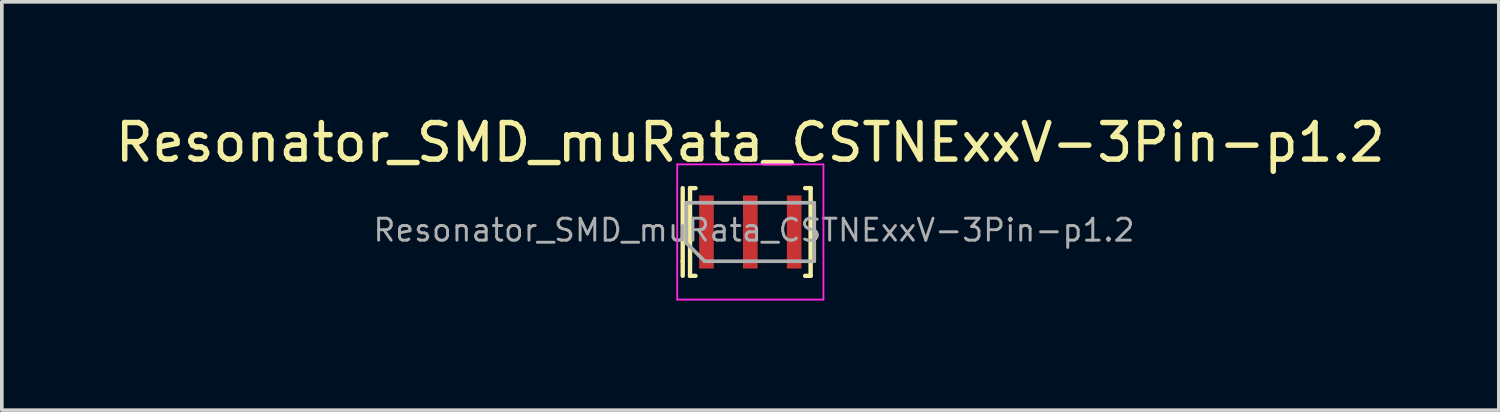
<source format=kicad_pcb>
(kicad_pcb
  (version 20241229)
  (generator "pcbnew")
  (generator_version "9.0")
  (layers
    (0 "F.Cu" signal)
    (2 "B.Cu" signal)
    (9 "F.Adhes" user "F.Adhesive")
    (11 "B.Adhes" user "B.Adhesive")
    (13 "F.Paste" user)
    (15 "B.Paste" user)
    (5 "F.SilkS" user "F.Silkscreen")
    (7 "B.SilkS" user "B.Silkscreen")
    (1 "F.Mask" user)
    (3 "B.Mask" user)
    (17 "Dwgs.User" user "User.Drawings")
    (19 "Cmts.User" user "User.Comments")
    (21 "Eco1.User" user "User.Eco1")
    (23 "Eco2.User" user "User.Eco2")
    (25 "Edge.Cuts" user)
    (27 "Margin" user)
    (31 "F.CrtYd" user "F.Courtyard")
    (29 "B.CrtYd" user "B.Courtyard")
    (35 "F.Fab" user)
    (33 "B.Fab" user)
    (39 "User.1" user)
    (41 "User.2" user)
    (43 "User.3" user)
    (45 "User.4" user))
  (footprint "Resonator_SMD_muRata_CSTNExxV-3Pin-p1.2"
    (layer "F.Cu")
    (at 17.482 3.298)
    (property "Reference" "Resonator_SMD_muRata_CSTNExxV-3Pin-p1.2" (at 0 -2.45 0) (layer "F.SilkS") (effects (font (size 1 1) (thickness 0.15))))
    (attr smd)
    (fp_line (start -1.85 -1.2) (end -1.85 0.8) (stroke (width 0.12) (type solid)) (layer "F.SilkS"))
    (fp_line (start -1.85 0.8) (end -1.85 1.2) (stroke (width 0.12) (type solid)) (layer "F.SilkS"))
    (fp_line (start -1.65 -1.2) (end -1.5 -1.2) (stroke (width 0.12) (type solid)) (layer "F.SilkS"))
    (fp_line (start -1.65 0.8) (end -1.65 -1.2) (stroke (width 0.12) (type solid)) (layer "F.SilkS"))
    (fp_line (start -1.65 0.8) (end -1.65 1.2) (stroke (width 0.12) (type solid)) (layer "F.SilkS"))
    (fp_line (start -1.65 1.2) (end -1.5 1.2) (stroke (width 0.12) (type solid)) (layer "F.SilkS"))
    (fp_line (start 1.65 -1.2) (end 1.5 -1.2) (stroke (width 0.12) (type solid)) (layer "F.SilkS"))
    (fp_line (start 1.65 -1.2) (end 1.65 0.8) (stroke (width 0.12) (type solid)) (layer "F.SilkS"))
    (fp_line (start 1.65 0.8) (end 1.65 1.2) (stroke (width 0.12) (type solid)) (layer "F.SilkS"))
    (fp_line (start 1.65 1.2) (end 1.5 1.2) (stroke (width 0.12) (type solid)) (layer "F.SilkS"))
    (fp_line (start -2 -1.85) (end 2 -1.85) (stroke (width 0.05) (type solid)) (layer "F.CrtYd"))
    (fp_line (start -2 1.85) (end -2 -1.85) (stroke (width 0.05) (type solid)) (layer "F.CrtYd"))
    (fp_line (start 2 -1.85) (end 2 1.85) (stroke (width 0.05) (type solid)) (layer "F.CrtYd"))
    (fp_line (start 2 1.85) (end -2 1.85) (stroke (width 0.05) (type solid)) (layer "F.CrtYd"))
    (fp_line (start -1.75 0.3) (end -1.75 -0.8) (stroke (width 0.1) (type solid)) (layer "F.Fab"))
    (fp_line (start -1.25 0.8) (end -1.75 0.3) (stroke (width 0.1) (type solid)) (layer "F.Fab"))
    (fp_line (start -1.25 0.8) (end 1.75 0.8) (stroke (width 0.1) (type solid)) (layer "F.Fab"))
    (fp_line (start 1.75 -0.8) (end -1.75 -0.8) (stroke (width 0.1) (type solid)) (layer "F.Fab"))
    (fp_line (start 1.75 0.8) (end 1.75 -0.8) (stroke (width 0.1) (type solid)) (layer "F.Fab"))
    (fp_text user "${REFERENCE}" (at 0.1 -0.05 0) (layer "F.Fab") (effects (font (size 0.6 0.6) (thickness 0.08))))
    (pad "1" smd rect (at -1.2 0) (size 0.4 2) (layers "F.Cu" "F.Mask" "F.Paste"))
    (pad "2" smd rect (at 1.2 0) (size 0.4 2) (layers "F.Cu" "F.Mask" "F.Paste"))
    (pad "3" smd rect (at 0 0) (size 0.4 2) (layers "F.Cu" "F.Mask" "F.Paste")))
  (gr_rect
    (start -3 -3)
    (end 37.964 8.173)
    (stroke (width 0.1) (type default))
    (fill no)
    (layer "Edge.Cuts")))
</source>
